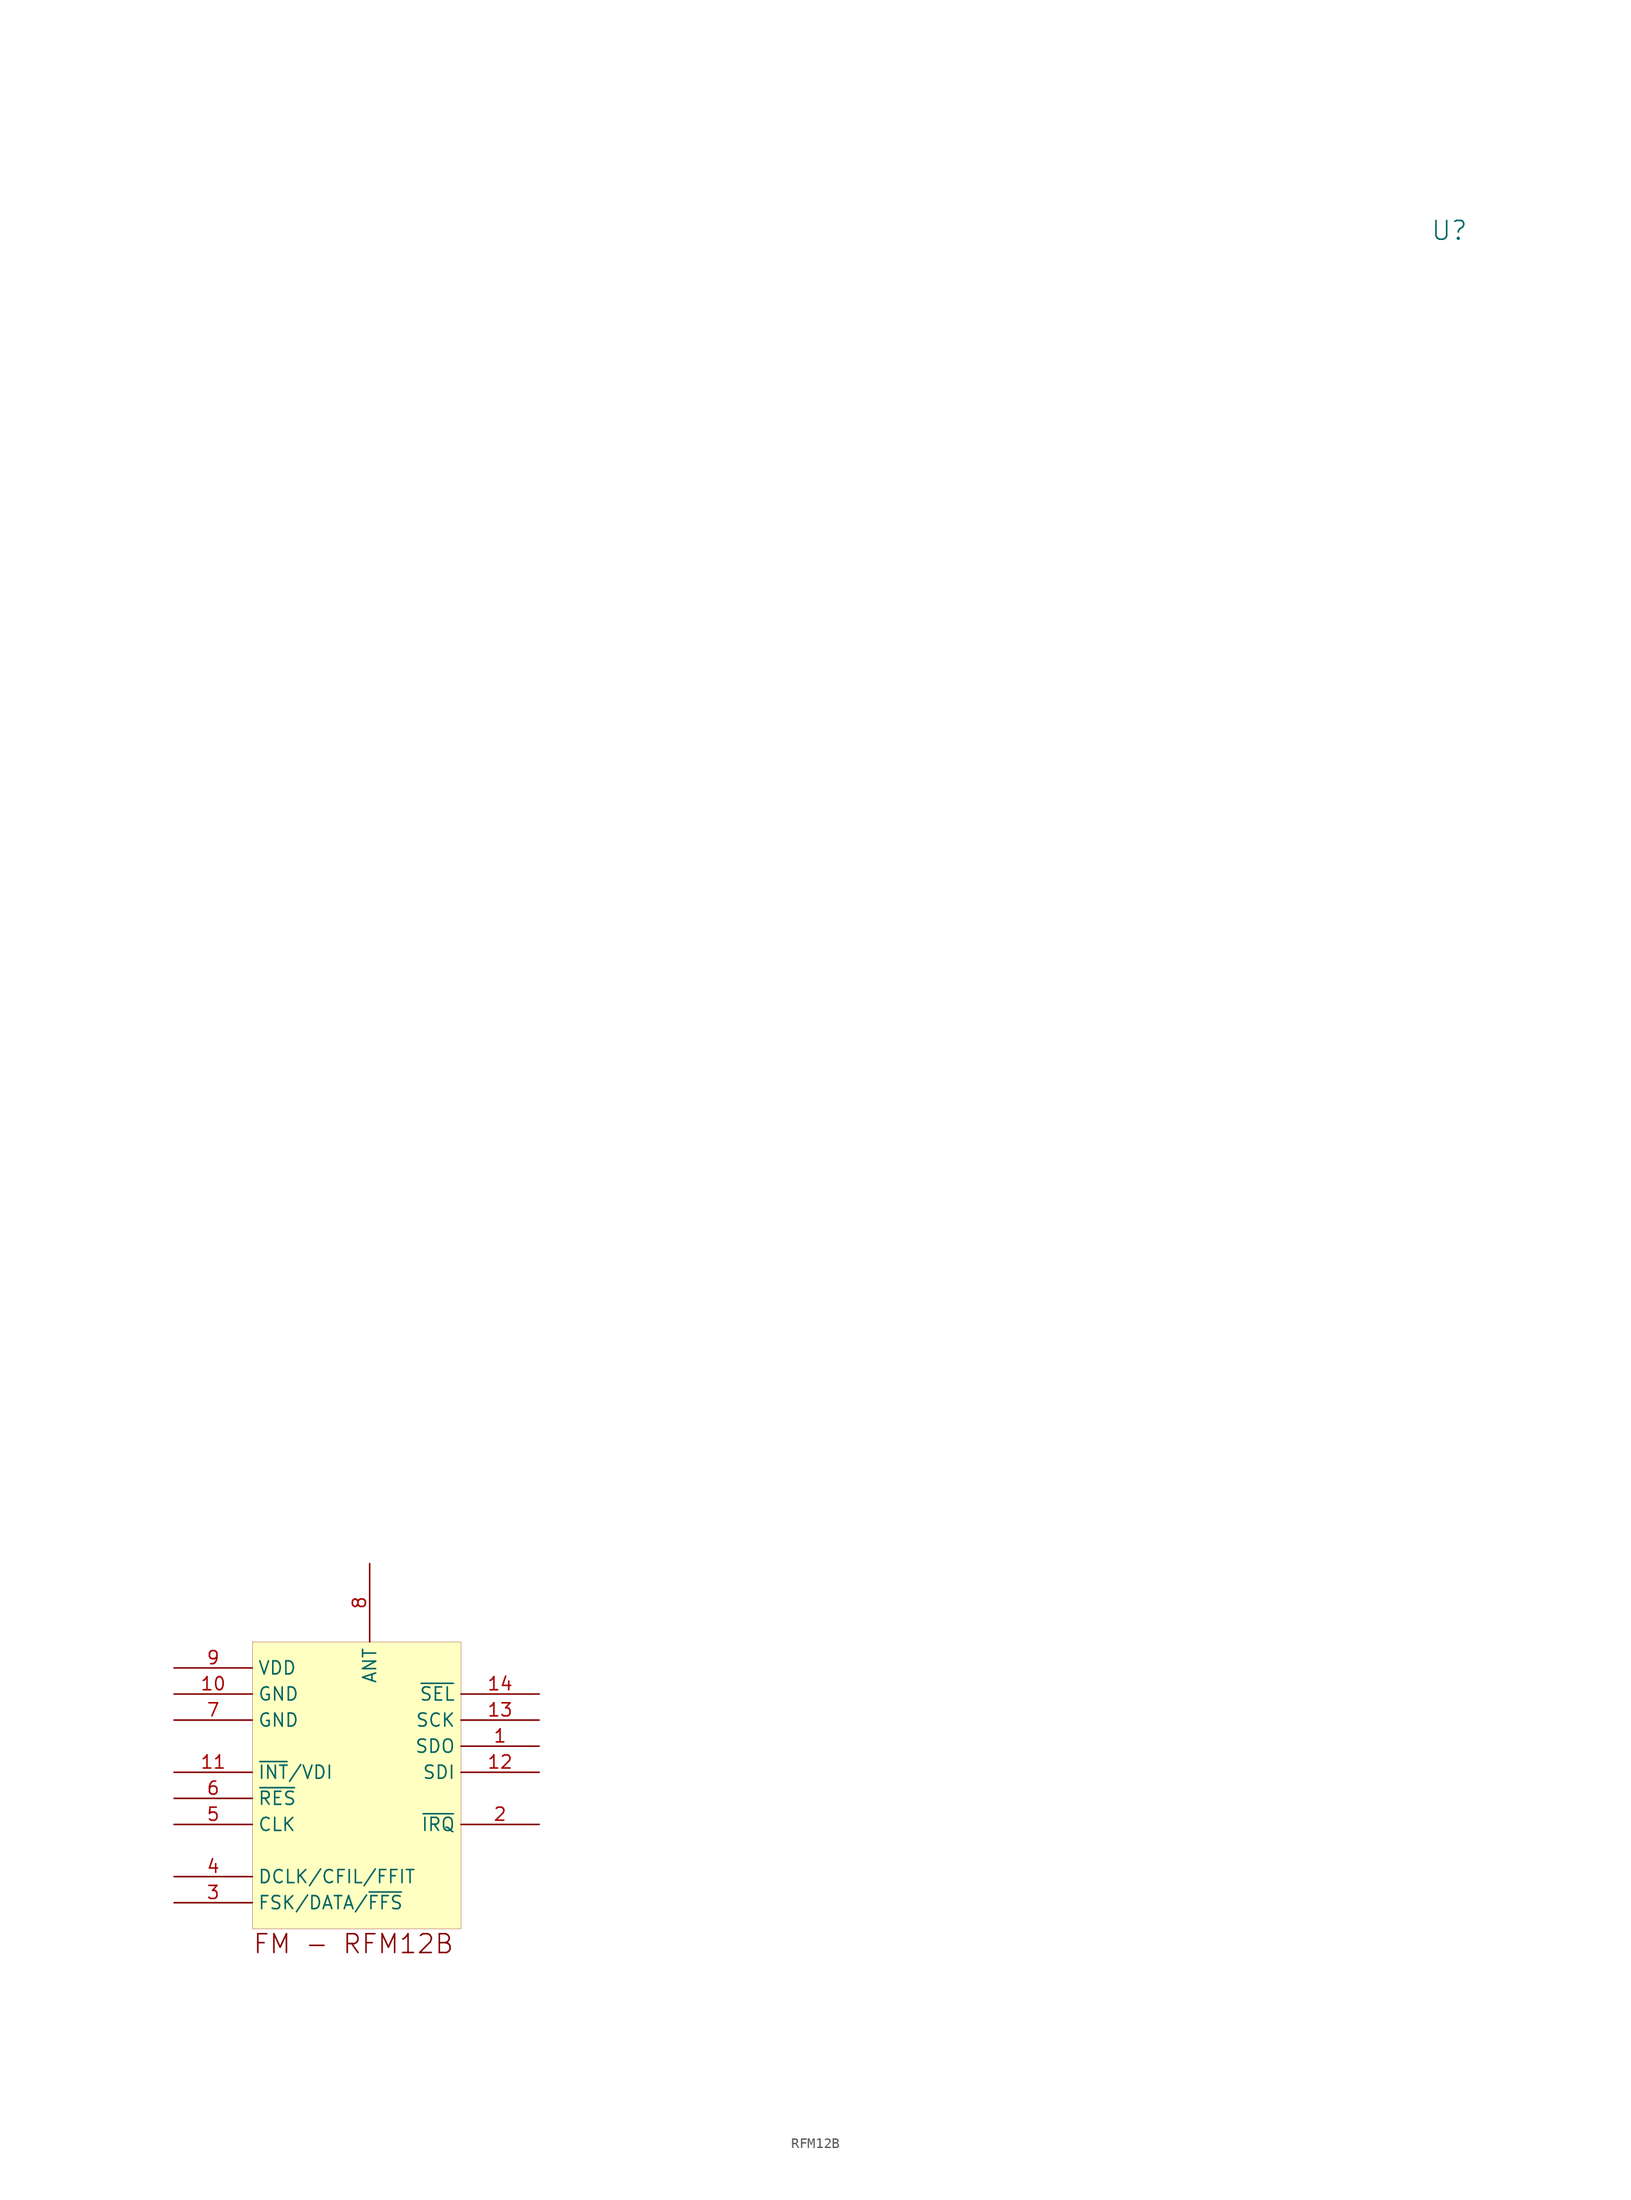
<source format=kicad_sym>
(kicad_symbol_lib
  (version 20241209)
  (generator "kicad_symbol_editor")
  (generator_version "9.0")
  (symbol "RFM12B"
    (property "Reference" "U"
      (at 116.586 165.354 0)
      (effects (font (size 1.829 1.829))))
    (symbol "RFM12B_1_0"
      (rectangle (start 20.32 27.94) (end 0 0) (stroke (width 0.025) (type solid) (color 128 0 0 1)) (fill (type background)))
      (text "FM - RFM12B" (at 0 -2.54 0) (effects (font (size 1.829 1.829)) (justify left bottom)))
      (pin passive line (at -7.62 25.4 0) (length 7.62) (name "VDD" (effects (font (size 1.27 1.27)))) (number "9" (effects (font (size 1.27 1.27)))))
      (pin passive line (at -7.62 22.86 0) (length 7.62) (name "GND" (effects (font (size 1.27 1.27)))) (number "10" (effects (font (size 1.27 1.27)))))
      (pin passive line (at -7.62 20.32 0) (length 7.62) (name "GND" (effects (font (size 1.27 1.27)))) (number "7" (effects (font (size 1.27 1.27)))))
      (pin passive line (at -7.62 15.24 0) (length 7.62) (name "~{INT}/VDI" (effects (font (size 1.27 1.27)))) (number "11" (effects (font (size 1.27 1.27)))))
      (pin passive line (at -7.62 12.7 0) (length 7.62) (name "~{RES}" (effects (font (size 1.27 1.27)))) (number "6" (effects (font (size 1.27 1.27)))))
      (pin passive line (at -7.62 10.16 0) (length 7.62) (name "CLK" (effects (font (size 1.27 1.27)))) (number "5" (effects (font (size 1.27 1.27)))))
      (pin passive line (at -7.62 5.08 0) (length 7.62) (name "DCLK/CFIL/FFIT" (effects (font (size 1.27 1.27)))) (number "4" (effects (font (size 1.27 1.27)))))
      (pin passive line (at -7.62 2.54 0) (length 7.62) (name "FSK/DATA/~{FFS}" (effects (font (size 1.27 1.27)))) (number "3" (effects (font (size 1.27 1.27)))))
      (pin passive line (at 11.43 35.56 270) (length 7.62) (name "ANT" (effects (font (size 1.27 1.27)))) (number "8" (effects (font (size 1.27 1.27)))))
      (pin passive line (at 27.94 22.86 180) (length 7.62) (name "~{SEL}" (effects (font (size 1.27 1.27)))) (number "14" (effects (font (size 1.27 1.27)))))
      (pin passive line (at 27.94 20.32 180) (length 7.62) (name "SCK" (effects (font (size 1.27 1.27)))) (number "13" (effects (font (size 1.27 1.27)))))
      (pin passive line (at 27.94 17.78 180) (length 7.62) (name "SDO" (effects (font (size 1.27 1.27)))) (number "1" (effects (font (size 1.27 1.27)))))
      (pin passive line (at 27.94 15.24 180) (length 7.62) (name "SDI" (effects (font (size 1.27 1.27)))) (number "12" (effects (font (size 1.27 1.27)))))
      (pin passive line (at 27.94 10.16 180) (length 7.62) (name "~{IRQ}" (effects (font (size 1.27 1.27)))) (number "2" (effects (font (size 1.27 1.27))))))))
</source>
